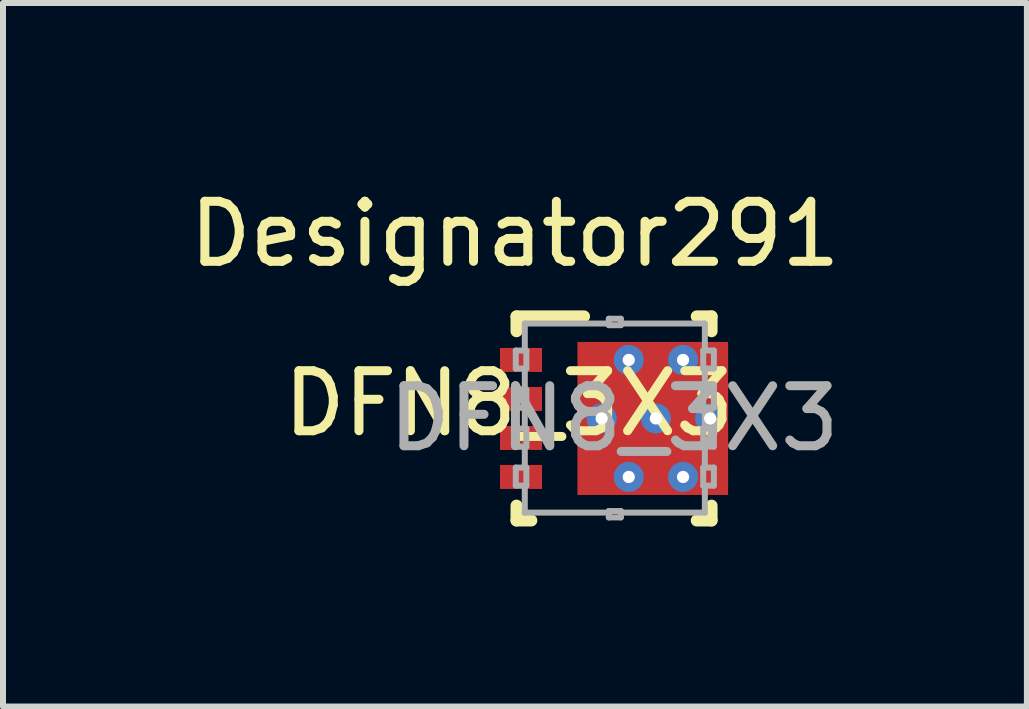
<source format=kicad_pcb>
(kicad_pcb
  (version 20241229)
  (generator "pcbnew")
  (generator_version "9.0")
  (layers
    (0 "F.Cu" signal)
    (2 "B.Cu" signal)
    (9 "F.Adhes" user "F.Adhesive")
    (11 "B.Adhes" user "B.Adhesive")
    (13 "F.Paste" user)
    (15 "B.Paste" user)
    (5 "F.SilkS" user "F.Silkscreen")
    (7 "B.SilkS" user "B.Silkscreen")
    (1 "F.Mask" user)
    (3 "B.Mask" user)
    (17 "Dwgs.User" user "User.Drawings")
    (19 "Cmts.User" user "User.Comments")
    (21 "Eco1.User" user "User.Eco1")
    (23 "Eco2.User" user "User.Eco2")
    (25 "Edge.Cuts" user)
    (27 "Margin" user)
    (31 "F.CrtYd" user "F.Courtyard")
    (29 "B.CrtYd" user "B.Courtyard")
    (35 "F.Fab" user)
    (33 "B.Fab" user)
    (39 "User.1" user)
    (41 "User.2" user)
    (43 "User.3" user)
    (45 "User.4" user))
  (footprint "DFN8_3X3"
    (layer "F.Cu")
    (at 7.181 3.922)
    (property "Reference" "DFN8_3X3" (at -1.75 -0.25 0) (unlocked yes) (layer "F.SilkS") (effects (font (size 1 1) (thickness 0.15))))
    (attr smd)
    (fp_poly (pts (xy 0.925 -0.825) (xy 1.425 -0.825) (xy 1.425 -1.125) (xy 0.925 -1.125)) (stroke (width 0) (type solid)) (fill yes) (layer "F.Mask"))
    (fp_poly (pts (xy 0.925 -0.175) (xy 1.425 -0.175) (xy 1.425 -0.475) (xy 0.925 -0.475)) (stroke (width 0) (type solid)) (fill yes) (layer "F.Mask"))
    (fp_poly (pts (xy 0.925 0.475) (xy 1.425 0.475) (xy 1.425 0.175) (xy 0.925 0.175)) (stroke (width 0) (type solid)) (fill yes) (layer "F.Mask"))
    (fp_poly (pts (xy 0.925 1.125) (xy 1.425 1.125) (xy 1.425 0.825) (xy 0.925 0.825)) (stroke (width 0) (type solid)) (fill yes) (layer "F.Mask"))
    (fp_poly (pts (xy -0.56 1.172) (xy -0.56 -1.172) (xy -0.559 -1.182) (xy -0.556 -1.192) (xy -0.551 -1.201) (xy -0.544 -1.209) (xy -0.536 -1.216) (xy -0.527 -1.221) (xy -0.517 -1.224) (xy -0.507 -1.225) (xy 1.162 -1.225) (xy 1.172 -1.224) (xy 1.182 -1.221) (xy 1.191 -1.216) (xy 1.199 -1.209) (xy 1.206 -1.201) (xy 1.211 -1.192) (xy 1.214 -1.182) (xy 1.215 -1.172) (xy 1.215 1.172) (xy 1.214 1.182) (xy 1.211 1.192) (xy 1.206 1.201) (xy 1.199 1.209) (xy 1.191 1.216) (xy 1.182 1.221) (xy 1.172 1.224) (xy 1.162 1.225) (xy -0.507 1.225) (xy -0.517 1.224) (xy -0.527 1.221) (xy -0.536 1.216) (xy -0.544 1.209) (xy -0.551 1.201) (xy -0.556 1.192) (xy -0.559 1.182)) (stroke (width 0) (type solid)) (fill yes) (layer "F.Mask"))
    (fp_line (start -1.625 -1.7) (end -0.5 -1.7) (stroke (width 0.2) (type solid)) (layer "F.SilkS"))
    (fp_line (start -1.625 -1.453) (end -1.625 -1.7) (stroke (width 0.2) (type solid)) (layer "F.SilkS"))
    (fp_line (start -1.625 1.7) (end -1.625 1.453) (stroke (width 0.2) (type solid)) (layer "F.SilkS"))
    (fp_line (start -1.625 1.7) (end -1.378 1.7) (stroke (width 0.2) (type solid)) (layer "F.SilkS"))
    (fp_line (start 1.378 -1.7) (end 1.625 -1.7) (stroke (width 0.2) (type solid)) (layer "F.SilkS"))
    (fp_line (start 1.378 1.7) (end 1.625 1.7) (stroke (width 0.2) (type solid)) (layer "F.SilkS"))
    (fp_line (start 1.625 -1.453) (end 1.625 -1.7) (stroke (width 0.2) (type solid)) (layer "F.SilkS"))
    (fp_line (start 1.625 1.7) (end 1.625 1.453) (stroke (width 0.2) (type solid)) (layer "F.SilkS"))
    (fp_poly (pts (xy 0.145 -1.176) (xy 0.145 -0.149) (xy 0.144 -0.14) (xy 0.141 -0.13) (xy 0.137 -0.122) (xy 0.131 -0.114) (xy 0.123 -0.108) (xy 0.115 -0.104) (xy 0.105 -0.101) (xy 0.096 -0.1) (xy -0.511 -0.1) (xy -0.52 -0.101) (xy -0.53 -0.104) (xy -0.538 -0.108) (xy -0.546 -0.114) (xy -0.552 -0.122) (xy -0.556 -0.13) (xy -0.559 -0.14) (xy -0.56 -0.149) (xy -0.56 -1.176) (xy -0.559 -1.185) (xy -0.556 -1.195) (xy -0.552 -1.203) (xy -0.546 -1.211) (xy -0.538 -1.217) (xy -0.53 -1.221) (xy -0.52 -1.224) (xy -0.511 -1.225) (xy 0.096 -1.225) (xy 0.105 -1.224) (xy 0.115 -1.221) (xy 0.123 -1.217) (xy 0.131 -1.211) (xy 0.137 -1.203) (xy 0.141 -1.195) (xy 0.144 -1.185)) (stroke (width 0) (type solid)) (fill yes) (layer "F.Paste"))
    (fp_poly (pts (xy 0.145 0.149) (xy 0.145 1.176) (xy 0.144 1.185) (xy 0.141 1.195) (xy 0.137 1.203) (xy 0.131 1.211) (xy 0.123 1.217) (xy 0.115 1.221) (xy 0.105 1.224) (xy 0.096 1.225) (xy -0.511 1.225) (xy -0.52 1.224) (xy -0.53 1.221) (xy -0.538 1.217) (xy -0.546 1.211) (xy -0.552 1.203) (xy -0.556 1.195) (xy -0.559 1.185) (xy -0.56 1.176) (xy -0.56 0.149) (xy -0.559 0.14) (xy -0.556 0.13) (xy -0.552 0.122) (xy -0.546 0.114) (xy -0.538 0.108) (xy -0.53 0.104) (xy -0.52 0.101) (xy -0.511 0.1) (xy 0.096 0.1) (xy 0.105 0.101) (xy 0.115 0.104) (xy 0.123 0.108) (xy 0.131 0.114) (xy 0.137 0.122) (xy 0.141 0.13) (xy 0.144 0.14)) (stroke (width 0) (type solid)) (fill yes) (layer "F.Paste"))
    (fp_poly (pts (xy 0.345 -0.149) (xy 0.345 -1.176) (xy 0.346 -1.185) (xy 0.349 -1.195) (xy 0.353 -1.203) (xy 0.359 -1.211) (xy 0.367 -1.217) (xy 0.375 -1.221) (xy 0.385 -1.224) (xy 0.394 -1.225) (xy 1.001 -1.225) (xy 1.01 -1.224) (xy 1.02 -1.221) (xy 1.028 -1.217) (xy 1.036 -1.211) (xy 1.042 -1.203) (xy 1.046 -1.195) (xy 1.049 -1.185) (xy 1.05 -1.176) (xy 1.05 -0.149) (xy 1.049 -0.14) (xy 1.046 -0.13) (xy 1.042 -0.122) (xy 1.036 -0.114) (xy 1.028 -0.108) (xy 1.02 -0.104) (xy 1.01 -0.101) (xy 1.001 -0.1) (xy 0.394 -0.1) (xy 0.385 -0.101) (xy 0.375 -0.104) (xy 0.367 -0.108) (xy 0.359 -0.114) (xy 0.353 -0.122) (xy 0.349 -0.13) (xy 0.346 -0.14)) (stroke (width 0) (type solid)) (fill yes) (layer "F.Paste"))
    (fp_poly (pts (xy 0.345 1.176) (xy 0.345 0.149) (xy 0.346 0.14) (xy 0.349 0.13) (xy 0.353 0.122) (xy 0.359 0.114) (xy 0.367 0.108) (xy 0.375 0.104) (xy 0.385 0.101) (xy 0.394 0.1) (xy 1.001 0.1) (xy 1.01 0.101) (xy 1.02 0.104) (xy 1.028 0.108) (xy 1.036 0.114) (xy 1.042 0.122) (xy 1.046 0.13) (xy 1.049 0.14) (xy 1.05 0.149) (xy 1.05 1.176) (xy 1.049 1.185) (xy 1.046 1.195) (xy 1.042 1.203) (xy 1.036 1.211) (xy 1.028 1.217) (xy 1.02 1.221) (xy 1.01 1.224) (xy 1.001 1.225) (xy 0.394 1.225) (xy 0.385 1.224) (xy 0.375 1.221) (xy 0.367 1.217) (xy 0.359 1.211) (xy 0.353 1.203) (xy 0.349 1.195) (xy 0.346 1.185)) (stroke (width 0) (type solid)) (fill yes) (layer "F.Paste"))
    (fp_line (start -1.637 -1.131) (end -1.461 -1.131) (stroke (width 0.1) (type solid)) (layer "F.Fab"))
    (fp_line (start -1.637 -0.831) (end -1.637 -1.131) (stroke (width 0.1) (type solid)) (layer "F.Fab"))
    (fp_line (start -1.637 -0.831) (end -1.461 -0.831) (stroke (width 0.1) (type solid)) (layer "F.Fab"))
    (fp_line (start -1.637 -0.481) (end -1.461 -0.481) (stroke (width 0.1) (type solid)) (layer "F.Fab"))
    (fp_line (start -1.637 -0.181) (end -1.637 -0.481) (stroke (width 0.1) (type solid)) (layer "F.Fab"))
    (fp_line (start -1.637 -0.181) (end -1.461 -0.181) (stroke (width 0.1) (type solid)) (layer "F.Fab"))
    (fp_line (start -1.637 0.169) (end -1.461 0.169) (stroke (width 0.1) (type solid)) (layer "F.Fab"))
    (fp_line (start -1.637 0.469) (end -1.637 0.169) (stroke (width 0.1) (type solid)) (layer "F.Fab"))
    (fp_line (start -1.637 0.469) (end -1.461 0.469) (stroke (width 0.1) (type solid)) (layer "F.Fab"))
    (fp_line (start -1.637 0.819) (end -1.461 0.819) (stroke (width 0.1) (type solid)) (layer "F.Fab"))
    (fp_line (start -1.637 1.119) (end -1.637 0.819) (stroke (width 0.1) (type solid)) (layer "F.Fab"))
    (fp_line (start -1.637 1.119) (end -1.461 1.119) (stroke (width 0.1) (type solid)) (layer "F.Fab"))
    (fp_line (start -1.487 -1.581) (end -0.087 -1.581) (stroke (width 0.1) (type solid)) (layer "F.Fab"))
    (fp_line (start -1.487 -1.131) (end -1.487 -1.581) (stroke (width 0.1) (type solid)) (layer "F.Fab"))
    (fp_line (start -1.487 -0.481) (end -1.487 -0.831) (stroke (width 0.1) (type solid)) (layer "F.Fab"))
    (fp_line (start -1.487 0.169) (end -1.487 -0.181) (stroke (width 0.1) (type solid)) (layer "F.Fab"))
    (fp_line (start -1.487 0.819) (end -1.487 0.469) (stroke (width 0.1) (type solid)) (layer "F.Fab"))
    (fp_line (start -1.487 1.569) (end -1.487 1.119) (stroke (width 0.1) (type solid)) (layer "F.Fab"))
    (fp_line (start -1.487 1.569) (end -0.087 1.569) (stroke (width 0.1) (type solid)) (layer "F.Fab"))
    (fp_line (start -1.461 -0.831) (end -1.461 -1.131) (stroke (width 0.1) (type solid)) (layer "F.Fab"))
    (fp_line (start -1.461 -0.181) (end -1.461 -0.481) (stroke (width 0.1) (type solid)) (layer "F.Fab"))
    (fp_line (start -1.461 0.469) (end -1.461 0.169) (stroke (width 0.1) (type solid)) (layer "F.Fab"))
    (fp_line (start -1.461 1.119) (end -1.461 0.819) (stroke (width 0.1) (type solid)) (layer "F.Fab"))
    (fp_line (start -0.087 -1.661) (end 0.113 -1.661) (stroke (width 0.1) (type solid)) (layer "F.Fab"))
    (fp_line (start -0.087 -1.554) (end -0.087 -1.661) (stroke (width 0.1) (type solid)) (layer "F.Fab"))
    (fp_line (start -0.087 -1.554) (end 0.113 -1.554) (stroke (width 0.1) (type solid)) (layer "F.Fab"))
    (fp_line (start -0.087 1.543) (end 0.113 1.543) (stroke (width 0.1) (type solid)) (layer "F.Fab"))
    (fp_line (start -0.087 1.649) (end -0.087 1.543) (stroke (width 0.1) (type solid)) (layer "F.Fab"))
    (fp_line (start -0.087 1.649) (end 0.113 1.649) (stroke (width 0.1) (type solid)) (layer "F.Fab"))
    (fp_line (start 0.113 -1.581) (end 1.513 -1.581) (stroke (width 0.1) (type solid)) (layer "F.Fab"))
    (fp_line (start 0.113 -1.554) (end 0.113 -1.661) (stroke (width 0.1) (type solid)) (layer "F.Fab"))
    (fp_line (start 0.113 1.569) (end 1.513 1.569) (stroke (width 0.1) (type solid)) (layer "F.Fab"))
    (fp_line (start 0.113 1.649) (end 0.113 1.543) (stroke (width 0.1) (type solid)) (layer "F.Fab"))
    (fp_line (start 1.486 -1.131) (end 1.663 -1.131) (stroke (width 0.1) (type solid)) (layer "F.Fab"))
    (fp_line (start 1.486 -0.831) (end 1.486 -1.131) (stroke (width 0.1) (type solid)) (layer "F.Fab"))
    (fp_line (start 1.486 -0.831) (end 1.663 -0.831) (stroke (width 0.1) (type solid)) (layer "F.Fab"))
    (fp_line (start 1.486 -0.481) (end 1.663 -0.481) (stroke (width 0.1) (type solid)) (layer "F.Fab"))
    (fp_line (start 1.486 -0.181) (end 1.486 -0.481) (stroke (width 0.1) (type solid)) (layer "F.Fab"))
    (fp_line (start 1.486 -0.181) (end 1.663 -0.181) (stroke (width 0.1) (type solid)) (layer "F.Fab"))
    (fp_line (start 1.486 0.169) (end 1.663 0.169) (stroke (width 0.1) (type solid)) (layer "F.Fab"))
    (fp_line (start 1.486 0.469) (end 1.486 0.169) (stroke (width 0.1) (type solid)) (layer "F.Fab"))
    (fp_line (start 1.486 0.469) (end 1.663 0.469) (stroke (width 0.1) (type solid)) (layer "F.Fab"))
    (fp_line (start 1.486 0.819) (end 1.663 0.819) (stroke (width 0.1) (type solid)) (layer "F.Fab"))
    (fp_line (start 1.486 1.119) (end 1.486 0.819) (stroke (width 0.1) (type solid)) (layer "F.Fab"))
    (fp_line (start 1.486 1.119) (end 1.663 1.119) (stroke (width 0.1) (type solid)) (layer "F.Fab"))
    (fp_line (start 1.513 -1.131) (end 1.513 -1.581) (stroke (width 0.1) (type solid)) (layer "F.Fab"))
    (fp_line (start 1.513 -0.481) (end 1.513 -0.831) (stroke (width 0.1) (type solid)) (layer "F.Fab"))
    (fp_line (start 1.513 0.169) (end 1.513 -0.181) (stroke (width 0.1) (type solid)) (layer "F.Fab"))
    (fp_line (start 1.513 0.819) (end 1.513 0.469) (stroke (width 0.1) (type solid)) (layer "F.Fab"))
    (fp_line (start 1.513 1.569) (end 1.513 1.119) (stroke (width 0.1) (type solid)) (layer "F.Fab"))
    (fp_line (start 1.663 -0.831) (end 1.663 -1.131) (stroke (width 0.1) (type solid)) (layer "F.Fab"))
    (fp_line (start 1.663 -0.181) (end 1.663 -0.481) (stroke (width 0.1) (type solid)) (layer "F.Fab"))
    (fp_line (start 1.663 0.469) (end 1.663 0.169) (stroke (width 0.1) (type solid)) (layer "F.Fab"))
    (fp_line (start 1.663 1.119) (end 1.663 0.819) (stroke (width 0.1) (type solid)) (layer "F.Fab"))
    (fp_text user "Designator291" (at -1.651 -3.073 0) (unlocked yes) (layer "F.SilkS") (effects (font (size 1 1) (thickness 0.15))))
    (fp_text user "${REFERENCE}" (at 0 0 0) (unlocked yes) (layer "F.Fab") (effects (font (size 1 1) (thickness 0.15))))
    (pad "1" thru_hole circle (at -0.207 0) (size 0.5 0.5) (drill 0.203) (layers "*.Cu" "*.Mask"))
    (pad "1" thru_hole circle (at 0.245 -0.975) (size 0.5 0.5) (drill 0.203) (layers "*.Cu" "*.Mask"))
    (pad "1" thru_hole circle (at 0.245 0.975) (size 0.5 0.5) (drill 0.203) (layers "*.Cu" "*.Mask"))
    (pad "1" smd rect (at 0.645 0) (size 2.51 2.55) (layers "F.Cu"))
    (pad "1" thru_hole circle (at 0.697 0) (size 0.5 0.5) (drill 0.203) (layers "*.Cu" "*.Mask"))
    (pad "1" thru_hole circle (at 1.15 -0.975) (size 0.5 0.5) (drill 0.203) (layers "*.Cu" "*.Mask"))
    (pad "1" thru_hole circle (at 1.15 0.975) (size 0.5 0.5) (drill 0.203) (layers "*.Cu" "*.Mask"))
    (pad "1" smd rect (at 1.55 -0.975 90) (size 0.4 0.7) (layers "F.Cu" "F.Mask" "F.Paste"))
    (pad "1" smd rect (at 1.55 -0.325 90) (size 0.4 0.7) (layers "F.Cu" "F.Mask" "F.Paste"))
    (pad "1" smd rect (at 1.55 0.325 90) (size 0.4 0.7) (layers "F.Cu" "F.Mask" "F.Paste"))
    (pad "1" smd rect (at 1.55 0.975 90) (size 0.4 0.7) (layers "F.Cu" "F.Mask" "F.Paste"))
    (pad "1" thru_hole circle (at 1.602 0) (size 0.5 0.5) (drill 0.203) (layers "*.Cu" "*.Mask"))
    (pad "2" smd rect (at -1.55 0.975 90) (size 0.4 0.7) (layers "F.Cu" "F.Mask" "F.Paste"))
    (pad "3" smd rect (at -1.55 -0.975 90) (size 0.4 0.7) (layers "F.Cu" "F.Mask" "F.Paste"))
    (pad "3" smd rect (at -1.55 -0.325 90) (size 0.4 0.7) (layers "F.Cu" "F.Mask" "F.Paste"))
    (pad "3" smd rect (at -1.55 0.325 90) (size 0.4 0.7) (layers "F.Cu" "F.Mask" "F.Paste")))
  (gr_rect
    (start -3 -3)
    (end 14.06 8.722)
    (stroke (width 0.1) (type default))
    (fill no)
    (layer "Edge.Cuts")))
</source>
